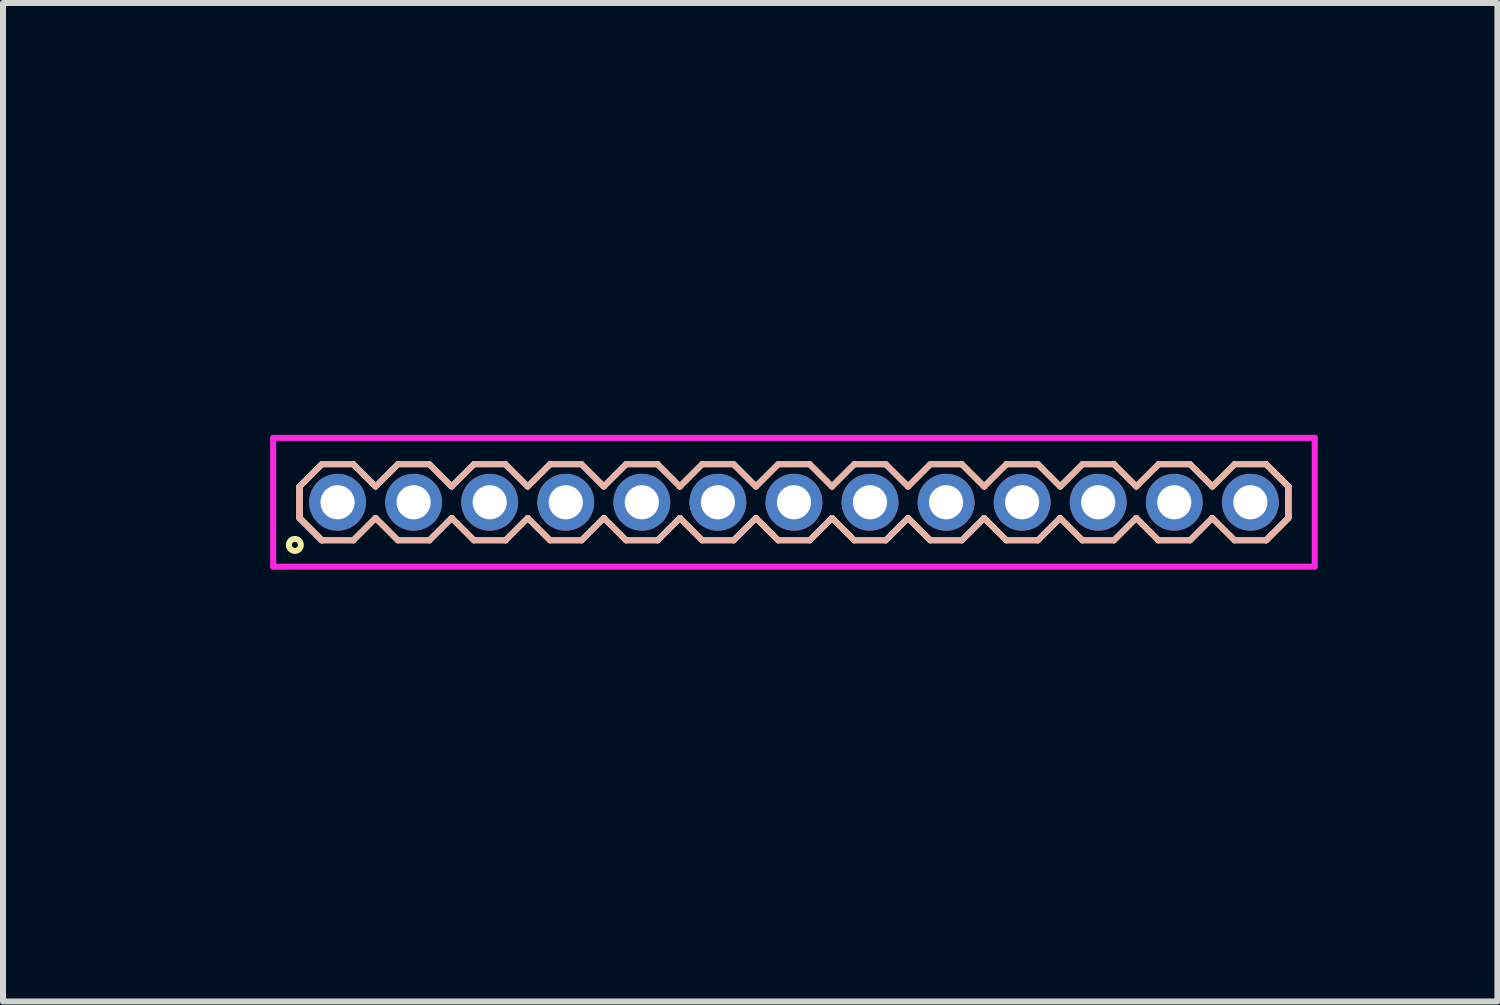
<source format=kicad_pcb>
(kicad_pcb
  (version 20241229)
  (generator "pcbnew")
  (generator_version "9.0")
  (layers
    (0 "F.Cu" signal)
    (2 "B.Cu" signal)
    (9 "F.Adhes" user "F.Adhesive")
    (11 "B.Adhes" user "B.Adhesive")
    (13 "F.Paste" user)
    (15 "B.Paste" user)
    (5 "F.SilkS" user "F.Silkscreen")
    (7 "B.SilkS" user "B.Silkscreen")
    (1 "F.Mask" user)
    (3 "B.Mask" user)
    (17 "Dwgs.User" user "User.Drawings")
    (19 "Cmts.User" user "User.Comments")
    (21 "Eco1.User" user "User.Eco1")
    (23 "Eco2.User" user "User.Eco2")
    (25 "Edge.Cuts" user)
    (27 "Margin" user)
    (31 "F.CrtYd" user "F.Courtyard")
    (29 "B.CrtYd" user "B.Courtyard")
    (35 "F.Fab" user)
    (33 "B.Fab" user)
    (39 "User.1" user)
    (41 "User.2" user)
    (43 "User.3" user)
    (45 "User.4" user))
  (footprint "HDR127P13x1"
    (layer "F.Cu")
    (at 10.206 5.336)
    (property "Reference" "HDR127P13x1" (at -9.445 0 90) (layer "User.1") (effects (font (size 1 1) (thickness 0.1))))
    (attr through_hole)
    (fp_line (start -8.255 -0.263) (end -7.883 -0.635) (stroke (width 0.1) (type solid)) (layer "F.SilkS"))
    (fp_line (start -8.255 -0.263) (end -7.883 -0.635) (stroke (width 0.1) (type solid)) (layer "F.SilkS"))
    (fp_line (start -8.255 0.263) (end -8.255 -0.263) (stroke (width 0.1) (type solid)) (layer "F.SilkS"))
    (fp_line (start -8.255 0.263) (end -8.255 -0.263) (stroke (width 0.1) (type solid)) (layer "F.SilkS"))
    (fp_line (start -7.883 -0.635) (end -7.357 -0.635) (stroke (width 0.1) (type solid)) (layer "F.SilkS"))
    (fp_line (start -7.883 0.635) (end -8.255 0.263) (stroke (width 0.1) (type solid)) (layer "F.SilkS"))
    (fp_line (start -7.883 0.635) (end -8.255 0.263) (stroke (width 0.1) (type solid)) (layer "F.SilkS"))
    (fp_line (start -7.357 -0.635) (end -6.985 -0.263) (stroke (width 0.1) (type solid)) (layer "F.SilkS"))
    (fp_line (start -7.357 0.635) (end -7.883 0.635) (stroke (width 0.1) (type solid)) (layer "F.SilkS"))
    (fp_line (start -6.985 -0.263) (end -6.613 -0.635) (stroke (width 0.1) (type solid)) (layer "F.SilkS"))
    (fp_line (start -6.985 0.263) (end -7.357 0.635) (stroke (width 0.1) (type solid)) (layer "F.SilkS"))
    (fp_line (start -6.613 -0.635) (end -6.087 -0.635) (stroke (width 0.1) (type solid)) (layer "F.SilkS"))
    (fp_line (start -6.613 0.635) (end -6.985 0.263) (stroke (width 0.1) (type solid)) (layer "F.SilkS"))
    (fp_line (start -6.087 -0.635) (end -5.715 -0.263) (stroke (width 0.1) (type solid)) (layer "F.SilkS"))
    (fp_line (start -6.087 0.635) (end -6.613 0.635) (stroke (width 0.1) (type solid)) (layer "F.SilkS"))
    (fp_line (start -5.715 -0.263) (end -5.343 -0.635) (stroke (width 0.1) (type solid)) (layer "F.SilkS"))
    (fp_line (start -5.715 0.263) (end -6.087 0.635) (stroke (width 0.1) (type solid)) (layer "F.SilkS"))
    (fp_line (start -5.343 -0.635) (end -4.817 -0.635) (stroke (width 0.1) (type solid)) (layer "F.SilkS"))
    (fp_line (start -5.343 0.635) (end -5.715 0.263) (stroke (width 0.1) (type solid)) (layer "F.SilkS"))
    (fp_line (start -4.817 -0.635) (end -4.445 -0.263) (stroke (width 0.1) (type solid)) (layer "F.SilkS"))
    (fp_line (start -4.817 0.635) (end -5.343 0.635) (stroke (width 0.1) (type solid)) (layer "F.SilkS"))
    (fp_line (start -4.445 -0.263) (end -4.073 -0.635) (stroke (width 0.1) (type solid)) (layer "F.SilkS"))
    (fp_line (start -4.445 0.263) (end -4.817 0.635) (stroke (width 0.1) (type solid)) (layer "F.SilkS"))
    (fp_line (start -4.073 -0.635) (end -3.547 -0.635) (stroke (width 0.1) (type solid)) (layer "F.SilkS"))
    (fp_line (start -4.073 0.635) (end -4.445 0.263) (stroke (width 0.1) (type solid)) (layer "F.SilkS"))
    (fp_line (start -3.547 -0.635) (end -3.175 -0.263) (stroke (width 0.1) (type solid)) (layer "F.SilkS"))
    (fp_line (start -3.547 0.635) (end -4.073 0.635) (stroke (width 0.1) (type solid)) (layer "F.SilkS"))
    (fp_line (start -3.175 -0.263) (end -2.803 -0.635) (stroke (width 0.1) (type solid)) (layer "F.SilkS"))
    (fp_line (start -3.175 0.263) (end -3.547 0.635) (stroke (width 0.1) (type solid)) (layer "F.SilkS"))
    (fp_line (start -2.803 -0.635) (end -2.277 -0.635) (stroke (width 0.1) (type solid)) (layer "F.SilkS"))
    (fp_line (start -2.803 0.635) (end -3.175 0.263) (stroke (width 0.1) (type solid)) (layer "F.SilkS"))
    (fp_line (start -2.277 -0.635) (end -1.905 -0.263) (stroke (width 0.1) (type solid)) (layer "F.SilkS"))
    (fp_line (start -2.277 0.635) (end -2.803 0.635) (stroke (width 0.1) (type solid)) (layer "F.SilkS"))
    (fp_line (start -1.905 -0.263) (end -1.533 -0.635) (stroke (width 0.1) (type solid)) (layer "F.SilkS"))
    (fp_line (start -1.905 0.263) (end -2.277 0.635) (stroke (width 0.1) (type solid)) (layer "F.SilkS"))
    (fp_line (start -1.533 -0.635) (end -1.007 -0.635) (stroke (width 0.1) (type solid)) (layer "F.SilkS"))
    (fp_line (start -1.533 0.635) (end -1.905 0.263) (stroke (width 0.1) (type solid)) (layer "F.SilkS"))
    (fp_line (start -1.007 -0.635) (end -0.635 -0.263) (stroke (width 0.1) (type solid)) (layer "F.SilkS"))
    (fp_line (start -1.007 0.635) (end -1.533 0.635) (stroke (width 0.1) (type solid)) (layer "F.SilkS"))
    (fp_line (start -0.635 -0.263) (end -0.263 -0.635) (stroke (width 0.1) (type solid)) (layer "F.SilkS"))
    (fp_line (start -0.635 0.263) (end -1.007 0.635) (stroke (width 0.1) (type solid)) (layer "F.SilkS"))
    (fp_line (start -0.263 -0.635) (end 0.263 -0.635) (stroke (width 0.1) (type solid)) (layer "F.SilkS"))
    (fp_line (start -0.263 0.635) (end -0.635 0.263) (stroke (width 0.1) (type solid)) (layer "F.SilkS"))
    (fp_line (start 0.263 -0.635) (end 0.635 -0.263) (stroke (width 0.1) (type solid)) (layer "F.SilkS"))
    (fp_line (start 0.263 0.635) (end -0.263 0.635) (stroke (width 0.1) (type solid)) (layer "F.SilkS"))
    (fp_line (start 0.635 -0.263) (end 1.007 -0.635) (stroke (width 0.1) (type solid)) (layer "F.SilkS"))
    (fp_line (start 0.635 0.263) (end 0.263 0.635) (stroke (width 0.1) (type solid)) (layer "F.SilkS"))
    (fp_line (start 1.007 -0.635) (end 1.533 -0.635) (stroke (width 0.1) (type solid)) (layer "F.SilkS"))
    (fp_line (start 1.007 0.635) (end 0.635 0.263) (stroke (width 0.1) (type solid)) (layer "F.SilkS"))
    (fp_line (start 1.533 -0.635) (end 1.905 -0.263) (stroke (width 0.1) (type solid)) (layer "F.SilkS"))
    (fp_line (start 1.533 0.635) (end 1.007 0.635) (stroke (width 0.1) (type solid)) (layer "F.SilkS"))
    (fp_line (start 1.905 -0.263) (end 2.277 -0.635) (stroke (width 0.1) (type solid)) (layer "F.SilkS"))
    (fp_line (start 1.905 0.263) (end 1.533 0.635) (stroke (width 0.1) (type solid)) (layer "F.SilkS"))
    (fp_line (start 2.277 -0.635) (end 2.803 -0.635) (stroke (width 0.1) (type solid)) (layer "F.SilkS"))
    (fp_line (start 2.277 0.635) (end 1.905 0.263) (stroke (width 0.1) (type solid)) (layer "F.SilkS"))
    (fp_line (start 2.803 -0.635) (end 3.175 -0.263) (stroke (width 0.1) (type solid)) (layer "F.SilkS"))
    (fp_line (start 2.803 0.635) (end 2.277 0.635) (stroke (width 0.1) (type solid)) (layer "F.SilkS"))
    (fp_line (start 3.175 -0.263) (end 3.547 -0.635) (stroke (width 0.1) (type solid)) (layer "F.SilkS"))
    (fp_line (start 3.175 0.263) (end 2.803 0.635) (stroke (width 0.1) (type solid)) (layer "F.SilkS"))
    (fp_line (start 3.547 -0.635) (end 4.073 -0.635) (stroke (width 0.1) (type solid)) (layer "F.SilkS"))
    (fp_line (start 3.547 0.635) (end 3.175 0.263) (stroke (width 0.1) (type solid)) (layer "F.SilkS"))
    (fp_line (start 4.073 -0.635) (end 4.445 -0.263) (stroke (width 0.1) (type solid)) (layer "F.SilkS"))
    (fp_line (start 4.073 0.635) (end 3.547 0.635) (stroke (width 0.1) (type solid)) (layer "F.SilkS"))
    (fp_line (start 4.445 -0.263) (end 4.817 -0.635) (stroke (width 0.1) (type solid)) (layer "F.SilkS"))
    (fp_line (start 4.445 0.263) (end 4.073 0.635) (stroke (width 0.1) (type solid)) (layer "F.SilkS"))
    (fp_line (start 4.817 -0.635) (end 5.343 -0.635) (stroke (width 0.1) (type solid)) (layer "F.SilkS"))
    (fp_line (start 4.817 0.635) (end 4.445 0.263) (stroke (width 0.1) (type solid)) (layer "F.SilkS"))
    (fp_line (start 5.343 -0.635) (end 5.715 -0.263) (stroke (width 0.1) (type solid)) (layer "F.SilkS"))
    (fp_line (start 5.343 0.635) (end 4.817 0.635) (stroke (width 0.1) (type solid)) (layer "F.SilkS"))
    (fp_line (start 5.715 -0.263) (end 6.087 -0.635) (stroke (width 0.1) (type solid)) (layer "F.SilkS"))
    (fp_line (start 5.715 0.263) (end 5.343 0.635) (stroke (width 0.1) (type solid)) (layer "F.SilkS"))
    (fp_line (start 6.087 -0.635) (end 6.613 -0.635) (stroke (width 0.1) (type solid)) (layer "F.SilkS"))
    (fp_line (start 6.087 0.635) (end 5.715 0.263) (stroke (width 0.1) (type solid)) (layer "F.SilkS"))
    (fp_line (start 6.613 -0.635) (end 6.985 -0.263) (stroke (width 0.1) (type solid)) (layer "F.SilkS"))
    (fp_line (start 6.613 0.635) (end 6.087 0.635) (stroke (width 0.1) (type solid)) (layer "F.SilkS"))
    (fp_line (start 6.985 -0.263) (end 7.357 -0.635) (stroke (width 0.1) (type solid)) (layer "F.SilkS"))
    (fp_line (start 6.985 0.263) (end 6.613 0.635) (stroke (width 0.1) (type solid)) (layer "F.SilkS"))
    (fp_line (start 7.357 -0.635) (end 7.883 -0.635) (stroke (width 0.1) (type solid)) (layer "F.SilkS"))
    (fp_line (start 7.357 0.635) (end 6.985 0.263) (stroke (width 0.1) (type solid)) (layer "F.SilkS"))
    (fp_line (start 7.883 -0.635) (end 8.255 -0.263) (stroke (width 0.1) (type solid)) (layer "F.SilkS"))
    (fp_line (start 7.883 -0.635) (end 8.255 -0.263) (stroke (width 0.1) (type solid)) (layer "F.SilkS"))
    (fp_line (start 7.883 0.635) (end 7.357 0.635) (stroke (width 0.1) (type solid)) (layer "F.SilkS"))
    (fp_line (start 8.255 -0.263) (end 8.255 0.263) (stroke (width 0.1) (type solid)) (layer "F.SilkS"))
    (fp_line (start 8.255 -0.263) (end 8.255 0.263) (stroke (width 0.1) (type solid)) (layer "F.SilkS"))
    (fp_line (start 8.255 0.263) (end 7.883 0.635) (stroke (width 0.1) (type solid)) (layer "F.SilkS"))
    (fp_line (start 8.255 0.263) (end 7.883 0.635) (stroke (width 0.1) (type solid)) (layer "F.SilkS"))
    (fp_circle (center -8.333 0.712) (end -8.233 0.712) (stroke (width 0.1) (type solid)) (fill no) (layer "F.SilkS"))
    (fp_line (start -8.255 -0.263) (end -7.883 -0.635) (stroke (width 0.1) (type solid)) (layer "B.SilkS"))
    (fp_line (start -8.255 -0.263) (end -7.883 -0.635) (stroke (width 0.1) (type solid)) (layer "B.SilkS"))
    (fp_line (start -8.255 0.263) (end -8.255 -0.263) (stroke (width 0.1) (type solid)) (layer "B.SilkS"))
    (fp_line (start -8.255 0.263) (end -8.255 -0.263) (stroke (width 0.1) (type solid)) (layer "B.SilkS"))
    (fp_line (start -7.883 -0.635) (end -7.357 -0.635) (stroke (width 0.1) (type solid)) (layer "B.SilkS"))
    (fp_line (start -7.883 0.635) (end -8.255 0.263) (stroke (width 0.1) (type solid)) (layer "B.SilkS"))
    (fp_line (start -7.883 0.635) (end -8.255 0.263) (stroke (width 0.1) (type solid)) (layer "B.SilkS"))
    (fp_line (start -7.357 -0.635) (end -6.985 -0.263) (stroke (width 0.1) (type solid)) (layer "B.SilkS"))
    (fp_line (start -7.357 0.635) (end -7.883 0.635) (stroke (width 0.1) (type solid)) (layer "B.SilkS"))
    (fp_line (start -6.985 -0.263) (end -6.613 -0.635) (stroke (width 0.1) (type solid)) (layer "B.SilkS"))
    (fp_line (start -6.985 0.263) (end -7.357 0.635) (stroke (width 0.1) (type solid)) (layer "B.SilkS"))
    (fp_line (start -6.613 -0.635) (end -6.087 -0.635) (stroke (width 0.1) (type solid)) (layer "B.SilkS"))
    (fp_line (start -6.613 0.635) (end -6.985 0.263) (stroke (width 0.1) (type solid)) (layer "B.SilkS"))
    (fp_line (start -6.087 -0.635) (end -5.715 -0.263) (stroke (width 0.1) (type solid)) (layer "B.SilkS"))
    (fp_line (start -6.087 0.635) (end -6.613 0.635) (stroke (width 0.1) (type solid)) (layer "B.SilkS"))
    (fp_line (start -5.715 -0.263) (end -5.343 -0.635) (stroke (width 0.1) (type solid)) (layer "B.SilkS"))
    (fp_line (start -5.715 0.263) (end -6.087 0.635) (stroke (width 0.1) (type solid)) (layer "B.SilkS"))
    (fp_line (start -5.343 -0.635) (end -4.817 -0.635) (stroke (width 0.1) (type solid)) (layer "B.SilkS"))
    (fp_line (start -5.343 0.635) (end -5.715 0.263) (stroke (width 0.1) (type solid)) (layer "B.SilkS"))
    (fp_line (start -4.817 -0.635) (end -4.445 -0.263) (stroke (width 0.1) (type solid)) (layer "B.SilkS"))
    (fp_line (start -4.817 0.635) (end -5.343 0.635) (stroke (width 0.1) (type solid)) (layer "B.SilkS"))
    (fp_line (start -4.445 -0.263) (end -4.073 -0.635) (stroke (width 0.1) (type solid)) (layer "B.SilkS"))
    (fp_line (start -4.445 0.263) (end -4.817 0.635) (stroke (width 0.1) (type solid)) (layer "B.SilkS"))
    (fp_line (start -4.073 -0.635) (end -3.547 -0.635) (stroke (width 0.1) (type solid)) (layer "B.SilkS"))
    (fp_line (start -4.073 0.635) (end -4.445 0.263) (stroke (width 0.1) (type solid)) (layer "B.SilkS"))
    (fp_line (start -3.547 -0.635) (end -3.175 -0.263) (stroke (width 0.1) (type solid)) (layer "B.SilkS"))
    (fp_line (start -3.547 0.635) (end -4.073 0.635) (stroke (width 0.1) (type solid)) (layer "B.SilkS"))
    (fp_line (start -3.175 -0.263) (end -2.803 -0.635) (stroke (width 0.1) (type solid)) (layer "B.SilkS"))
    (fp_line (start -3.175 0.263) (end -3.547 0.635) (stroke (width 0.1) (type solid)) (layer "B.SilkS"))
    (fp_line (start -2.803 -0.635) (end -2.277 -0.635) (stroke (width 0.1) (type solid)) (layer "B.SilkS"))
    (fp_line (start -2.803 0.635) (end -3.175 0.263) (stroke (width 0.1) (type solid)) (layer "B.SilkS"))
    (fp_line (start -2.277 -0.635) (end -1.905 -0.263) (stroke (width 0.1) (type solid)) (layer "B.SilkS"))
    (fp_line (start -2.277 0.635) (end -2.803 0.635) (stroke (width 0.1) (type solid)) (layer "B.SilkS"))
    (fp_line (start -1.905 -0.263) (end -1.533 -0.635) (stroke (width 0.1) (type solid)) (layer "B.SilkS"))
    (fp_line (start -1.905 0.263) (end -2.277 0.635) (stroke (width 0.1) (type solid)) (layer "B.SilkS"))
    (fp_line (start -1.533 -0.635) (end -1.007 -0.635) (stroke (width 0.1) (type solid)) (layer "B.SilkS"))
    (fp_line (start -1.533 0.635) (end -1.905 0.263) (stroke (width 0.1) (type solid)) (layer "B.SilkS"))
    (fp_line (start -1.007 -0.635) (end -0.635 -0.263) (stroke (width 0.1) (type solid)) (layer "B.SilkS"))
    (fp_line (start -1.007 0.635) (end -1.533 0.635) (stroke (width 0.1) (type solid)) (layer "B.SilkS"))
    (fp_line (start -0.635 -0.263) (end -0.263 -0.635) (stroke (width 0.1) (type solid)) (layer "B.SilkS"))
    (fp_line (start -0.635 0.263) (end -1.007 0.635) (stroke (width 0.1) (type solid)) (layer "B.SilkS"))
    (fp_line (start -0.263 -0.635) (end 0.263 -0.635) (stroke (width 0.1) (type solid)) (layer "B.SilkS"))
    (fp_line (start -0.263 0.635) (end -0.635 0.263) (stroke (width 0.1) (type solid)) (layer "B.SilkS"))
    (fp_line (start 0.263 -0.635) (end 0.635 -0.263) (stroke (width 0.1) (type solid)) (layer "B.SilkS"))
    (fp_line (start 0.263 0.635) (end -0.263 0.635) (stroke (width 0.1) (type solid)) (layer "B.SilkS"))
    (fp_line (start 0.635 -0.263) (end 1.007 -0.635) (stroke (width 0.1) (type solid)) (layer "B.SilkS"))
    (fp_line (start 0.635 0.263) (end 0.263 0.635) (stroke (width 0.1) (type solid)) (layer "B.SilkS"))
    (fp_line (start 1.007 -0.635) (end 1.533 -0.635) (stroke (width 0.1) (type solid)) (layer "B.SilkS"))
    (fp_line (start 1.007 0.635) (end 0.635 0.263) (stroke (width 0.1) (type solid)) (layer "B.SilkS"))
    (fp_line (start 1.533 -0.635) (end 1.905 -0.263) (stroke (width 0.1) (type solid)) (layer "B.SilkS"))
    (fp_line (start 1.533 0.635) (end 1.007 0.635) (stroke (width 0.1) (type solid)) (layer "B.SilkS"))
    (fp_line (start 1.905 -0.263) (end 2.277 -0.635) (stroke (width 0.1) (type solid)) (layer "B.SilkS"))
    (fp_line (start 1.905 0.263) (end 1.533 0.635) (stroke (width 0.1) (type solid)) (layer "B.SilkS"))
    (fp_line (start 2.277 -0.635) (end 2.803 -0.635) (stroke (width 0.1) (type solid)) (layer "B.SilkS"))
    (fp_line (start 2.277 0.635) (end 1.905 0.263) (stroke (width 0.1) (type solid)) (layer "B.SilkS"))
    (fp_line (start 2.803 -0.635) (end 3.175 -0.263) (stroke (width 0.1) (type solid)) (layer "B.SilkS"))
    (fp_line (start 2.803 0.635) (end 2.277 0.635) (stroke (width 0.1) (type solid)) (layer "B.SilkS"))
    (fp_line (start 3.175 -0.263) (end 3.547 -0.635) (stroke (width 0.1) (type solid)) (layer "B.SilkS"))
    (fp_line (start 3.175 0.263) (end 2.803 0.635) (stroke (width 0.1) (type solid)) (layer "B.SilkS"))
    (fp_line (start 3.547 -0.635) (end 4.073 -0.635) (stroke (width 0.1) (type solid)) (layer "B.SilkS"))
    (fp_line (start 3.547 0.635) (end 3.175 0.263) (stroke (width 0.1) (type solid)) (layer "B.SilkS"))
    (fp_line (start 4.073 -0.635) (end 4.445 -0.263) (stroke (width 0.1) (type solid)) (layer "B.SilkS"))
    (fp_line (start 4.073 0.635) (end 3.547 0.635) (stroke (width 0.1) (type solid)) (layer "B.SilkS"))
    (fp_line (start 4.445 -0.263) (end 4.817 -0.635) (stroke (width 0.1) (type solid)) (layer "B.SilkS"))
    (fp_line (start 4.445 0.263) (end 4.073 0.635) (stroke (width 0.1) (type solid)) (layer "B.SilkS"))
    (fp_line (start 4.817 -0.635) (end 5.343 -0.635) (stroke (width 0.1) (type solid)) (layer "B.SilkS"))
    (fp_line (start 4.817 0.635) (end 4.445 0.263) (stroke (width 0.1) (type solid)) (layer "B.SilkS"))
    (fp_line (start 5.343 -0.635) (end 5.715 -0.263) (stroke (width 0.1) (type solid)) (layer "B.SilkS"))
    (fp_line (start 5.343 0.635) (end 4.817 0.635) (stroke (width 0.1) (type solid)) (layer "B.SilkS"))
    (fp_line (start 5.715 -0.263) (end 6.087 -0.635) (stroke (width 0.1) (type solid)) (layer "B.SilkS"))
    (fp_line (start 5.715 0.263) (end 5.343 0.635) (stroke (width 0.1) (type solid)) (layer "B.SilkS"))
    (fp_line (start 6.087 -0.635) (end 6.613 -0.635) (stroke (width 0.1) (type solid)) (layer "B.SilkS"))
    (fp_line (start 6.087 0.635) (end 5.715 0.263) (stroke (width 0.1) (type solid)) (layer "B.SilkS"))
    (fp_line (start 6.613 -0.635) (end 6.985 -0.263) (stroke (width 0.1) (type solid)) (layer "B.SilkS"))
    (fp_line (start 6.613 0.635) (end 6.087 0.635) (stroke (width 0.1) (type solid)) (layer "B.SilkS"))
    (fp_line (start 6.985 -0.263) (end 7.357 -0.635) (stroke (width 0.1) (type solid)) (layer "B.SilkS"))
    (fp_line (start 6.985 0.263) (end 6.613 0.635) (stroke (width 0.1) (type solid)) (layer "B.SilkS"))
    (fp_line (start 7.357 -0.635) (end 7.883 -0.635) (stroke (width 0.1) (type solid)) (layer "B.SilkS"))
    (fp_line (start 7.357 0.635) (end 6.985 0.263) (stroke (width 0.1) (type solid)) (layer "B.SilkS"))
    (fp_line (start 7.883 -0.635) (end 8.255 -0.263) (stroke (width 0.1) (type solid)) (layer "B.SilkS"))
    (fp_line (start 7.883 -0.635) (end 8.255 -0.263) (stroke (width 0.1) (type solid)) (layer "B.SilkS"))
    (fp_line (start 7.883 0.635) (end 7.357 0.635) (stroke (width 0.1) (type solid)) (layer "B.SilkS"))
    (fp_line (start 8.255 -0.263) (end 8.255 0.263) (stroke (width 0.1) (type solid)) (layer "B.SilkS"))
    (fp_line (start 8.255 -0.263) (end 8.255 0.263) (stroke (width 0.1) (type solid)) (layer "B.SilkS"))
    (fp_line (start 8.255 0.263) (end 7.883 0.635) (stroke (width 0.1) (type solid)) (layer "B.SilkS"))
    (fp_line (start 8.255 0.263) (end 7.883 0.635) (stroke (width 0.1) (type solid)) (layer "B.SilkS"))
    (fp_line (start -8.695 -1.075) (end -8.695 1.075) (stroke (width 0.1) (type solid)) (layer "F.CrtYd"))
    (fp_line (start -8.695 1.075) (end 8.695 1.075) (stroke (width 0.1) (type solid)) (layer "F.CrtYd"))
    (fp_line (start 8.695 -1.075) (end -8.695 -1.075) (stroke (width 0.1) (type solid)) (layer "F.CrtYd"))
    (fp_line (start 8.695 1.075) (end 8.695 -1.075) (stroke (width 0.1) (type solid)) (layer "F.CrtYd"))
    (pad "1" thru_hole oval (at -7.62 0) (size 0.95 0.95) (drill 0.57) (layers "*.Cu" "*.Mask"))
    (pad "2" thru_hole oval (at -6.35 0) (size 0.95 0.95) (drill 0.57) (layers "*.Cu" "*.Mask"))
    (pad "3" thru_hole oval (at -5.08 0) (size 0.95 0.95) (drill 0.57) (layers "*.Cu" "*.Mask"))
    (pad "4" thru_hole oval (at -3.81 0) (size 0.95 0.95) (drill 0.57) (layers "*.Cu" "*.Mask"))
    (pad "5" thru_hole oval (at -2.54 0) (size 0.95 0.95) (drill 0.57) (layers "*.Cu" "*.Mask"))
    (pad "6" thru_hole oval (at -1.27 0) (size 0.95 0.95) (drill 0.57) (layers "*.Cu" "*.Mask"))
    (pad "7" thru_hole oval (at 0 0) (size 0.95 0.95) (drill 0.57) (layers "*.Cu" "*.Mask"))
    (pad "8" thru_hole oval (at 1.27 0) (size 0.95 0.95) (drill 0.57) (layers "*.Cu" "*.Mask"))
    (pad "9" thru_hole oval (at 2.54 0) (size 0.95 0.95) (drill 0.57) (layers "*.Cu" "*.Mask"))
    (pad "10" thru_hole oval (at 3.81 0) (size 0.95 0.95) (drill 0.57) (layers "*.Cu" "*.Mask"))
    (pad "11" thru_hole oval (at 5.08 0) (size 0.95 0.95) (drill 0.57) (layers "*.Cu" "*.Mask"))
    (pad "12" thru_hole oval (at 6.35 0) (size 0.95 0.95) (drill 0.57) (layers "*.Cu" "*.Mask"))
    (pad "13" thru_hole oval (at 7.62 0) (size 0.95 0.95) (drill 0.57) (layers "*.Cu" "*.Mask")))
  (gr_rect
    (start -3 -3)
    (end 21.951 13.671)
    (stroke (width 0.1) (type default))
    (fill no)
    (layer "Edge.Cuts")))
</source>
